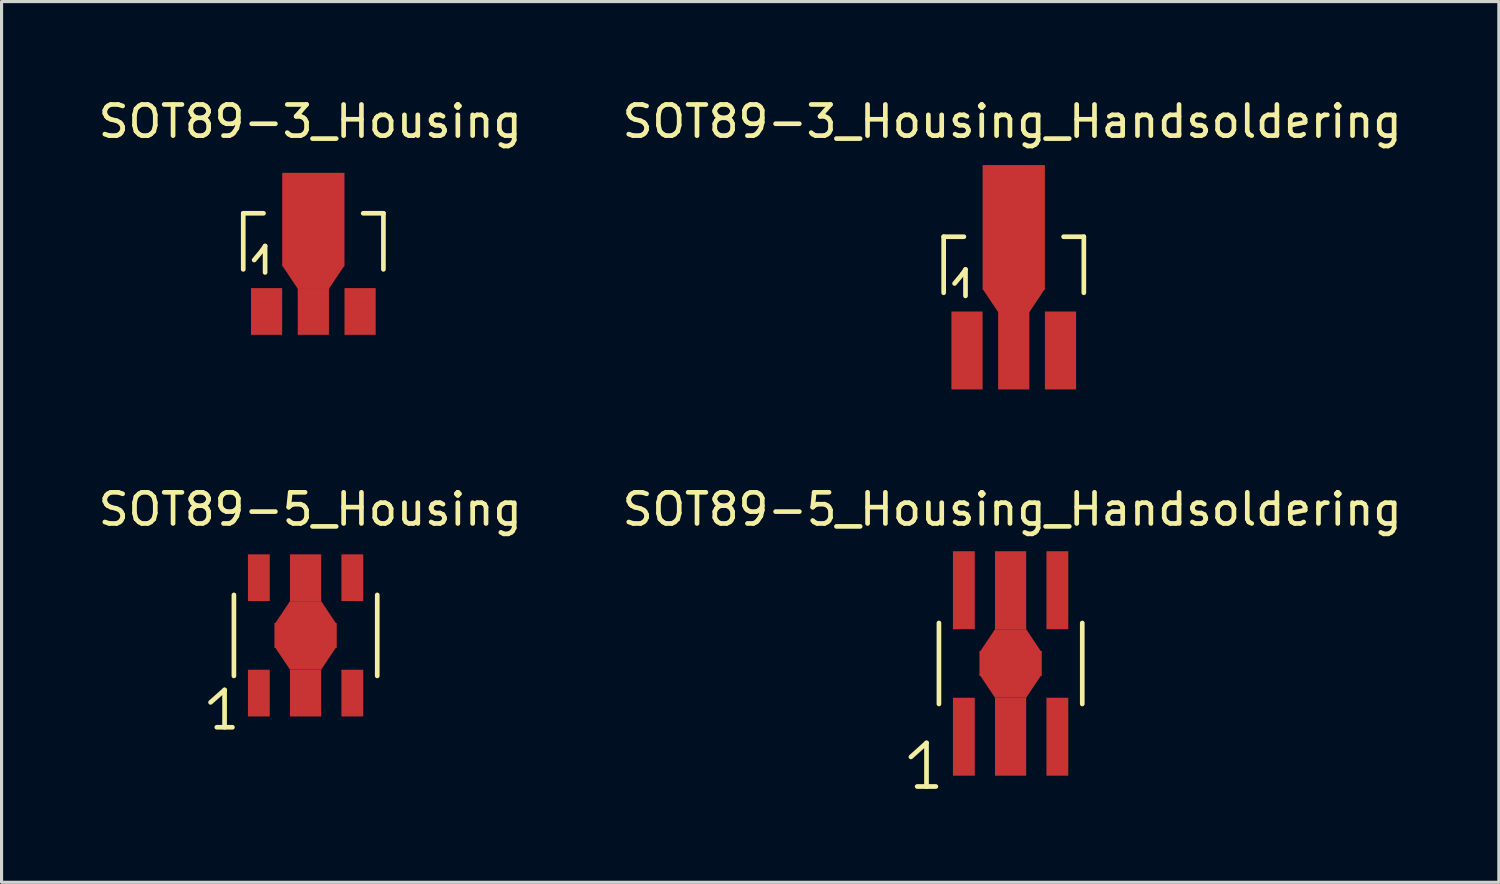
<source format=kicad_pcb>
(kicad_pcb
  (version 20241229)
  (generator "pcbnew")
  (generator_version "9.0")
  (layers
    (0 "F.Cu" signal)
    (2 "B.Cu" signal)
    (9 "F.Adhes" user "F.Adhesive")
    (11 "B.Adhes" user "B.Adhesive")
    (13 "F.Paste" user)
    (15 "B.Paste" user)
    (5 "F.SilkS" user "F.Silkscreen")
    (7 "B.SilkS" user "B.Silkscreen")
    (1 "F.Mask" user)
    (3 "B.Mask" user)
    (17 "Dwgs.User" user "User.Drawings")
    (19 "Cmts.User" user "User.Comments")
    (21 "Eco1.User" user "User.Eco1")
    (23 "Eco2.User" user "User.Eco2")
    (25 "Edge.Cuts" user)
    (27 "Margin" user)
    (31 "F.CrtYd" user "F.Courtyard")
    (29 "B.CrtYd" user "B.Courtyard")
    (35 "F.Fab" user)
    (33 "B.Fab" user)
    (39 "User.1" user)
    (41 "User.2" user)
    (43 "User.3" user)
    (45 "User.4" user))
  (footprint "SOT89-3_Housing"
    (layer "F.Cu")
    (at 7.01 5.098)
    (property "Reference" "SOT89-3_Housing" (at -0.099 -4.249 0) (layer "F.SilkS") (effects (font (size 1 1) (thickness 0.15))))
    (attr smd)
    (fp_line (start -2.25 -1.3) (end -2.25 0.5) (stroke (width 0.15) (type solid)) (layer "F.SilkS"))
    (fp_line (start -2.25 -1.3) (end -1.6 -1.3) (stroke (width 0.15) (type solid)) (layer "F.SilkS"))
    (fp_line (start -1.9 0.201) (end -1.651 -0.099) (stroke (width 0.15) (type solid)) (layer "F.SilkS"))
    (fp_line (start -1.651 -0.099) (end -1.549 -0.249) (stroke (width 0.15) (type solid)) (layer "F.SilkS"))
    (fp_line (start -1.549 -0.249) (end -1.549 0.599) (stroke (width 0.15) (type solid)) (layer "F.SilkS"))
    (fp_line (start 2.25 -1.3) (end 1.6 -1.3) (stroke (width 0.15) (type solid)) (layer "F.SilkS"))
    (fp_line (start 2.25 -1.3) (end 2.25 0.5) (stroke (width 0.15) (type solid)) (layer "F.SilkS"))
    (pad "1" smd rect (at -1.501 1.852) (size 1.001 1.501) (layers "F.Cu" "F.Mask" "F.Paste"))
    (pad "2" smd rect (at 0 -1.1) (size 1.999 3) (layers "F.Cu" "F.Mask" "F.Paste"))
    (pad "2" smd trapezoid (at 0 0.749 180) (size 1.501 0.749) (rect_delta 0 0.5) (layers "F.Cu" "F.Mask" "F.Paste"))
    (pad "2" smd rect (at 0 1.852) (size 1.001 1.501) (layers "F.Cu" "F.Mask" "F.Paste"))
    (pad "3" smd rect (at 1.501 1.852) (size 1.001 1.501) (layers "F.Cu" "F.Mask" "F.Paste")))
  (footprint "SOT89-3_Housing_Handsoldering"
    (layer "F.Cu")
    (at 29.497 5.85)
    (property "Reference" "SOT89-3_Housing_Handsoldering" (at -0.051 -5.001 0) (layer "F.SilkS") (effects (font (size 1 1) (thickness 0.15))))
    (attr smd)
    (fp_line (start -2.25 -1.3) (end -2.25 0.5) (stroke (width 0.15) (type solid)) (layer "F.SilkS"))
    (fp_line (start -2.25 -1.3) (end -1.6 -1.3) (stroke (width 0.15) (type solid)) (layer "F.SilkS"))
    (fp_line (start -1.9 0.201) (end -1.651 -0.099) (stroke (width 0.15) (type solid)) (layer "F.SilkS"))
    (fp_line (start -1.651 -0.099) (end -1.549 -0.249) (stroke (width 0.15) (type solid)) (layer "F.SilkS"))
    (fp_line (start -1.549 -0.249) (end -1.549 0.599) (stroke (width 0.15) (type solid)) (layer "F.SilkS"))
    (fp_line (start 2.25 -1.3) (end 1.6 -1.3) (stroke (width 0.15) (type solid)) (layer "F.SilkS"))
    (fp_line (start 2.25 -1.3) (end 2.25 0.5) (stroke (width 0.15) (type solid)) (layer "F.SilkS"))
    (pad "1" smd rect (at -1.501 2.352) (size 1.001 2.502) (layers "F.Cu" "F.Mask" "F.Paste"))
    (pad "2" smd rect (at 0 -1.6) (size 1.999 4) (layers "F.Cu" "F.Mask" "F.Paste"))
    (pad "2" smd trapezoid (at 0 0.749 180) (size 1.501 0.749) (rect_delta 0 0.5) (layers "F.Cu" "F.Mask" "F.Paste"))
    (pad "2" smd rect (at 0 2.352) (size 1.001 2.502) (layers "F.Cu" "F.Mask" "F.Paste"))
    (pad "3" smd rect (at 1.501 2.352) (size 1.001 2.502) (layers "F.Cu" "F.Mask" "F.Paste")))
  (footprint "SOT89-5_Housing_Handsoldering"
    (layer "F.Cu")
    (at 29.396 18.251)
    (property "Reference" "SOT89-5_Housing_Handsoldering" (at 0.051 -4.95 0) (layer "F.SilkS") (effects (font (size 1 1) (thickness 0.15))))
    (attr smd)
    (fp_line (start -3.2 3) (end -2.7 2.55) (stroke (width 0.15) (type solid)) (layer "F.SilkS"))
    (fp_line (start -3 3.95) (end -2.4 3.95) (stroke (width 0.15) (type solid)) (layer "F.SilkS"))
    (fp_line (start -2.7 2.55) (end -2.7 3.95) (stroke (width 0.15) (type solid)) (layer "F.SilkS"))
    (fp_line (start -2.301 1.3) (end -2.301 -1.3) (stroke (width 0.15) (type solid)) (layer "F.SilkS"))
    (fp_line (start 2.301 -1.3) (end 2.301 1.3) (stroke (width 0.15) (type solid)) (layer "F.SilkS"))
    (pad "1" smd rect (at -1.501 2.352) (size 0.701 2.502) (layers "F.Cu" "F.Mask" "F.Paste"))
    (pad "2" smd rect (at 0 -2.352) (size 1.001 2.502) (layers "F.Cu" "F.Mask" "F.Paste"))
    (pad "2" smd trapezoid (at 0 -0.726) (size 1.501 0.749) (rect_delta 0 0.5) (layers "F.Cu" "F.Mask" "F.Paste"))
    (pad "2" smd rect (at 0 0) (size 1.999 0.8) (layers "F.Cu" "F.Mask" "F.Paste"))
    (pad "2" smd trapezoid (at 0 0.726 180) (size 1.501 0.749) (rect_delta 0 0.5) (layers "F.Cu" "F.Mask" "F.Paste"))
    (pad "2" smd rect (at 0 2.352) (size 1.001 2.502) (layers "F.Cu" "F.Mask" "F.Paste"))
    (pad "3" smd rect (at 1.501 2.352) (size 0.701 2.502) (layers "F.Cu" "F.Mask" "F.Paste"))
    (pad "4" smd rect (at 1.501 -2.352) (size 0.701 2.502) (layers "F.Cu" "F.Mask" "F.Paste"))
    (pad "5" smd rect (at -1.501 -2.352) (size 0.701 2.502) (layers "F.Cu" "F.Mask" "F.Paste")))
  (footprint "SOT89-5_Housing"
    (layer "F.Cu")
    (at 6.761 17.35)
    (property "Reference" "SOT89-5_Housing" (at 0.15 -4.049 0) (layer "F.SilkS") (effects (font (size 1 1) (thickness 0.15))))
    (attr smd)
    (fp_line (start -3.051 2.149) (end -2.601 1.75) (stroke (width 0.15) (type solid)) (layer "F.SilkS"))
    (fp_line (start -2.85 2.949) (end -2.349 2.949) (stroke (width 0.15) (type solid)) (layer "F.SilkS"))
    (fp_line (start -2.601 1.75) (end -2.601 2.949) (stroke (width 0.15) (type solid)) (layer "F.SilkS"))
    (fp_line (start -2.301 1.3) (end -2.301 -1.3) (stroke (width 0.15) (type solid)) (layer "F.SilkS"))
    (fp_line (start 2.301 -1.3) (end 2.301 1.3) (stroke (width 0.15) (type solid)) (layer "F.SilkS"))
    (pad "1" smd rect (at -1.501 1.852) (size 0.701 1.501) (layers "F.Cu" "F.Mask" "F.Paste"))
    (pad "2" smd rect (at 0 -1.852) (size 1.001 1.501) (layers "F.Cu" "F.Mask" "F.Paste"))
    (pad "2" smd trapezoid (at 0 -0.726) (size 1.501 0.749) (rect_delta 0 0.5) (layers "F.Cu" "F.Mask" "F.Paste"))
    (pad "2" smd rect (at 0 0) (size 1.999 0.8) (layers "F.Cu" "F.Mask" "F.Paste"))
    (pad "2" smd trapezoid (at 0 0.726 180) (size 1.501 0.749) (rect_delta 0 0.5) (layers "F.Cu" "F.Mask" "F.Paste"))
    (pad "2" smd rect (at 0 1.852) (size 1.001 1.501) (layers "F.Cu" "F.Mask" "F.Paste"))
    (pad "3" smd rect (at 1.501 1.852) (size 0.701 1.501) (layers "F.Cu" "F.Mask" "F.Paste"))
    (pad "4" smd rect (at 1.501 -1.852) (size 0.701 1.501) (layers "F.Cu" "F.Mask" "F.Paste"))
    (pad "5" smd rect (at -1.501 -1.852) (size 0.701 1.501) (layers "F.Cu" "F.Mask" "F.Paste")))
  (gr_rect
    (start -3 -3)
    (end 45.071 25.276)
    (stroke (width 0.1) (type default))
    (fill no)
    (layer "Edge.Cuts")))
</source>
